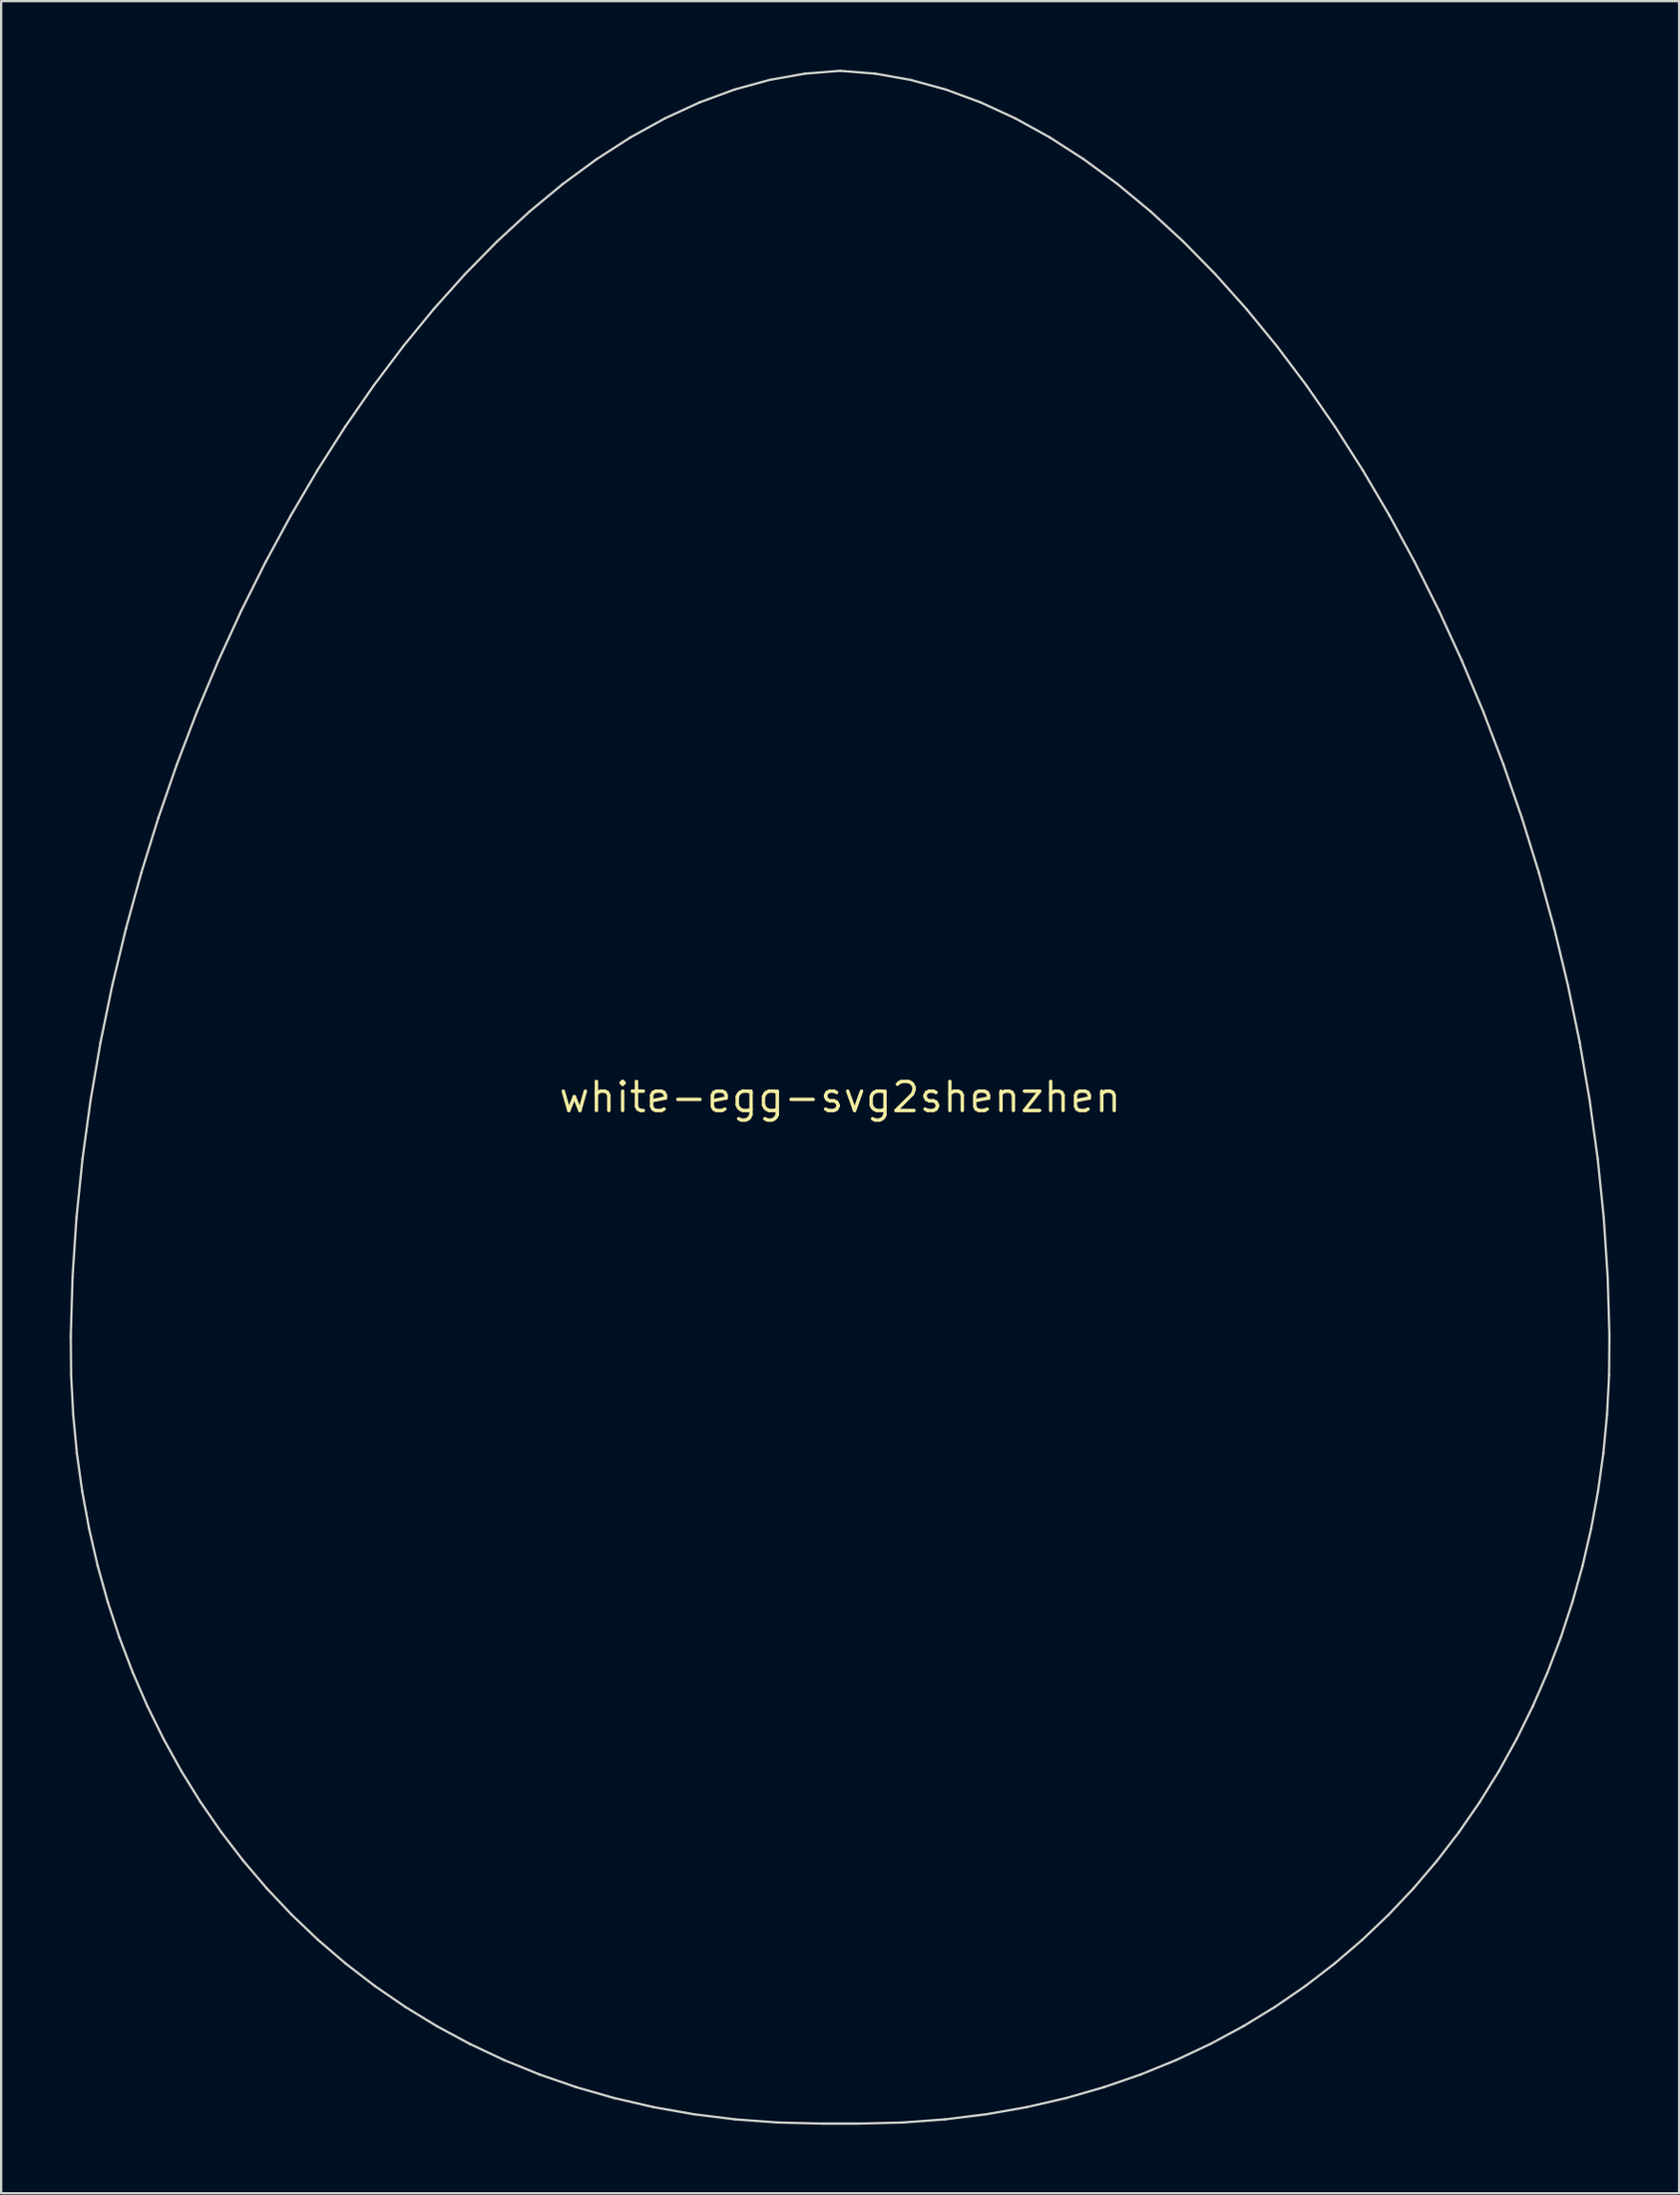
<source format=kicad_pcb>
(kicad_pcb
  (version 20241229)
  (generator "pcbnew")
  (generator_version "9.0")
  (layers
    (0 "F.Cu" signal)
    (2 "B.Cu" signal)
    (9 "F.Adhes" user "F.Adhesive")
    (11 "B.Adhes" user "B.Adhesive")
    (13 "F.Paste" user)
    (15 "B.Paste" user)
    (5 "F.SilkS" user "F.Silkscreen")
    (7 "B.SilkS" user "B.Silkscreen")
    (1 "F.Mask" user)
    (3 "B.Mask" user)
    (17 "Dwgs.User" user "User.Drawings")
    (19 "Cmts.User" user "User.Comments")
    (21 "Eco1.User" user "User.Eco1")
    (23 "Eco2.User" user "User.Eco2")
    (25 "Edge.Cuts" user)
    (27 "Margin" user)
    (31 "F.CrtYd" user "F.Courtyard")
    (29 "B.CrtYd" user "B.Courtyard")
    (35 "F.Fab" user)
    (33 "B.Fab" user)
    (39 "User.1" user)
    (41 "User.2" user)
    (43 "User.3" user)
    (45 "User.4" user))
  (footprint "white-egg-svg2shenzhen"
    (layer "F.Cu")
    (at 33.747 45)
    (property "Reference" "white-egg-svg2shenzhen" (at 0 0 0) (layer "F.SilkS") (effects (font (size 1.27 1.27) (thickness 0.15))))
    (attr through_hole)
    (fp_line (start -33.697 10.457) (end -33.681 12.185) (stroke (width 0.1) (type solid)) (layer "Edge.Cuts"))
    (fp_line (start -33.681 12.185) (end -33.591 13.896) (stroke (width 0.1) (type solid)) (layer "Edge.Cuts"))
    (fp_line (start -33.619 7.86) (end -33.697 10.457) (stroke (width 0.1) (type solid)) (layer "Edge.Cuts"))
    (fp_line (start -33.591 13.896) (end -33.43 15.588) (stroke (width 0.1) (type solid)) (layer "Edge.Cuts"))
    (fp_line (start -33.447 5.271) (end -33.619 7.86) (stroke (width 0.1) (type solid)) (layer "Edge.Cuts"))
    (fp_line (start -33.43 15.588) (end -33.197 17.257) (stroke (width 0.1) (type solid)) (layer "Edge.Cuts"))
    (fp_line (start -33.197 17.257) (end -32.893 18.901) (stroke (width 0.1) (type solid)) (layer "Edge.Cuts"))
    (fp_line (start -33.183 2.695) (end -33.447 5.271) (stroke (width 0.1) (type solid)) (layer "Edge.Cuts"))
    (fp_line (start -32.893 18.901) (end -32.52 20.518) (stroke (width 0.1) (type solid)) (layer "Edge.Cuts"))
    (fp_line (start -32.831 0.136) (end -33.183 2.695) (stroke (width 0.1) (type solid)) (layer "Edge.Cuts"))
    (fp_line (start -32.52 20.518) (end -32.077 22.105) (stroke (width 0.1) (type solid)) (layer "Edge.Cuts"))
    (fp_line (start -32.395 -2.401) (end -32.831 0.136) (stroke (width 0.1) (type solid)) (layer "Edge.Cuts"))
    (fp_line (start -32.077 22.105) (end -31.566 23.66) (stroke (width 0.1) (type solid)) (layer "Edge.Cuts"))
    (fp_line (start -31.877 -4.91) (end -32.395 -2.401) (stroke (width 0.1) (type solid)) (layer "Edge.Cuts"))
    (fp_line (start -31.566 23.66) (end -30.988 25.181) (stroke (width 0.1) (type solid)) (layer "Edge.Cuts"))
    (fp_line (start -31.28 -7.388) (end -31.877 -4.91) (stroke (width 0.1) (type solid)) (layer "Edge.Cuts"))
    (fp_line (start -30.988 25.181) (end -30.343 26.664) (stroke (width 0.1) (type solid)) (layer "Edge.Cuts"))
    (fp_line (start -30.608 -9.829) (end -31.28 -7.388) (stroke (width 0.1) (type solid)) (layer "Edge.Cuts"))
    (fp_line (start -30.343 26.664) (end -29.631 28.108) (stroke (width 0.1) (type solid)) (layer "Edge.Cuts"))
    (fp_line (start -29.863 -12.228) (end -30.608 -9.829) (stroke (width 0.1) (type solid)) (layer "Edge.Cuts"))
    (fp_line (start -29.631 28.108) (end -28.855 29.51) (stroke (width 0.1) (type solid)) (layer "Edge.Cuts"))
    (fp_line (start -29.049 -14.582) (end -29.863 -12.228) (stroke (width 0.1) (type solid)) (layer "Edge.Cuts"))
    (fp_line (start -28.855 29.51) (end -28.013 30.868) (stroke (width 0.1) (type solid)) (layer "Edge.Cuts"))
    (fp_line (start -28.169 -16.884) (end -29.049 -14.582) (stroke (width 0.1) (type solid)) (layer "Edge.Cuts"))
    (fp_line (start -28.013 30.868) (end -27.109 32.178) (stroke (width 0.1) (type solid)) (layer "Edge.Cuts"))
    (fp_line (start -27.227 -19.13) (end -28.169 -16.884) (stroke (width 0.1) (type solid)) (layer "Edge.Cuts"))
    (fp_line (start -27.109 32.178) (end -26.141 33.44) (stroke (width 0.1) (type solid)) (layer "Edge.Cuts"))
    (fp_line (start -26.224 -21.316) (end -27.227 -19.13) (stroke (width 0.1) (type solid)) (layer "Edge.Cuts"))
    (fp_line (start -26.141 33.44) (end -25.111 34.649) (stroke (width 0.1) (type solid)) (layer "Edge.Cuts"))
    (fp_line (start -25.165 -23.437) (end -26.224 -21.316) (stroke (width 0.1) (type solid)) (layer "Edge.Cuts"))
    (fp_line (start -25.111 34.649) (end -24.019 35.804) (stroke (width 0.1) (type solid)) (layer "Edge.Cuts"))
    (fp_line (start -24.053 -25.487) (end -25.165 -23.437) (stroke (width 0.1) (type solid)) (layer "Edge.Cuts"))
    (fp_line (start -24.019 35.804) (end -22.867 36.903) (stroke (width 0.1) (type solid)) (layer "Edge.Cuts"))
    (fp_line (start -22.89 -27.462) (end -24.053 -25.487) (stroke (width 0.1) (type solid)) (layer "Edge.Cuts"))
    (fp_line (start -22.867 36.903) (end -21.655 37.942) (stroke (width 0.1) (type solid)) (layer "Edge.Cuts"))
    (fp_line (start -21.68 -29.358) (end -22.89 -27.462) (stroke (width 0.1) (type solid)) (layer "Edge.Cuts"))
    (fp_line (start -21.655 37.942) (end -20.384 38.92) (stroke (width 0.1) (type solid)) (layer "Edge.Cuts"))
    (fp_line (start -20.426 -31.169) (end -21.68 -29.358) (stroke (width 0.1) (type solid)) (layer "Edge.Cuts"))
    (fp_line (start -20.384 38.92) (end -19.054 39.833) (stroke (width 0.1) (type solid)) (layer "Edge.Cuts"))
    (fp_line (start -19.131 -32.89) (end -20.426 -31.169) (stroke (width 0.1) (type solid)) (layer "Edge.Cuts"))
    (fp_line (start -19.054 39.833) (end -17.667 40.68) (stroke (width 0.1) (type solid)) (layer "Edge.Cuts"))
    (fp_line (start -17.798 -34.517) (end -19.131 -32.89) (stroke (width 0.1) (type solid)) (layer "Edge.Cuts"))
    (fp_line (start -17.667 40.68) (end -16.223 41.458) (stroke (width 0.1) (type solid)) (layer "Edge.Cuts"))
    (fp_line (start -16.43 -36.045) (end -17.798 -34.517) (stroke (width 0.1) (type solid)) (layer "Edge.Cuts"))
    (fp_line (start -16.223 41.458) (end -14.723 42.165) (stroke (width 0.1) (type solid)) (layer "Edge.Cuts"))
    (fp_line (start -15.031 -37.47) (end -16.43 -36.045) (stroke (width 0.1) (type solid)) (layer "Edge.Cuts"))
    (fp_line (start -14.723 42.165) (end -13.168 42.797) (stroke (width 0.1) (type solid)) (layer "Edge.Cuts"))
    (fp_line (start -13.604 -38.786) (end -15.031 -37.47) (stroke (width 0.1) (type solid)) (layer "Edge.Cuts"))
    (fp_line (start -13.168 42.797) (end -11.558 43.354) (stroke (width 0.1) (type solid)) (layer "Edge.Cuts"))
    (fp_line (start -12.152 -39.988) (end -13.604 -38.786) (stroke (width 0.1) (type solid)) (layer "Edge.Cuts"))
    (fp_line (start -11.558 43.354) (end -9.895 43.831) (stroke (width 0.1) (type solid)) (layer "Edge.Cuts"))
    (fp_line (start -10.677 -41.072) (end -12.152 -39.988) (stroke (width 0.1) (type solid)) (layer "Edge.Cuts"))
    (fp_line (start -9.895 43.831) (end -8.178 44.227) (stroke (width 0.1) (type solid)) (layer "Edge.Cuts"))
    (fp_line (start -9.183 -42.034) (end -10.677 -41.072) (stroke (width 0.1) (type solid)) (layer "Edge.Cuts"))
    (fp_line (start -8.178 44.227) (end -6.409 44.54) (stroke (width 0.1) (type solid)) (layer "Edge.Cuts"))
    (fp_line (start -7.674 -42.867) (end -9.183 -42.034) (stroke (width 0.1) (type solid)) (layer "Edge.Cuts"))
    (fp_line (start -6.409 44.54) (end -4.589 44.766) (stroke (width 0.1) (type solid)) (layer "Edge.Cuts"))
    (fp_line (start -6.152 -43.568) (end -7.674 -42.867) (stroke (width 0.1) (type solid)) (layer "Edge.Cuts"))
    (fp_line (start -4.62 -44.132) (end -6.152 -43.568) (stroke (width 0.1) (type solid)) (layer "Edge.Cuts"))
    (fp_line (start -4.589 44.766) (end -2.718 44.903) (stroke (width 0.1) (type solid)) (layer "Edge.Cuts"))
    (fp_line (start -3.082 -44.553) (end -4.62 -44.132) (stroke (width 0.1) (type solid)) (layer "Edge.Cuts"))
    (fp_line (start -2.718 44.903) (end -0.798 44.95) (stroke (width 0.1) (type solid)) (layer "Edge.Cuts"))
    (fp_line (start -1.541 -44.827) (end -3.082 -44.553) (stroke (width 0.1) (type solid)) (layer "Edge.Cuts"))
    (fp_line (start -0.798 44.95) (end -0.748 44.95) (stroke (width 0.1) (type solid)) (layer "Edge.Cuts"))
    (fp_line (start -0.748 44.95) (end -0.698 44.95) (stroke (width 0.1) (type solid)) (layer "Edge.Cuts"))
    (fp_line (start -0.698 44.95) (end -0.648 44.95) (stroke (width 0.1) (type solid)) (layer "Edge.Cuts"))
    (fp_line (start -0.648 44.95) (end -0.598 44.95) (stroke (width 0.1) (type solid)) (layer "Edge.Cuts"))
    (fp_line (start -0.598 44.95) (end -0.548 44.95) (stroke (width 0.1) (type solid)) (layer "Edge.Cuts"))
    (fp_line (start -0.548 44.95) (end -0.498 44.95) (stroke (width 0.1) (type solid)) (layer "Edge.Cuts"))
    (fp_line (start -0.498 44.95) (end -0.449 44.95) (stroke (width 0.1) (type solid)) (layer "Edge.Cuts"))
    (fp_line (start -0.449 44.95) (end -0.399 44.95) (stroke (width 0.1) (type solid)) (layer "Edge.Cuts"))
    (fp_line (start -0.399 44.95) (end -0.349 44.95) (stroke (width 0.1) (type solid)) (layer "Edge.Cuts"))
    (fp_line (start -0.349 44.95) (end -0.299 44.95) (stroke (width 0.1) (type solid)) (layer "Edge.Cuts"))
    (fp_line (start -0.299 44.95) (end -0.249 44.95) (stroke (width 0.1) (type solid)) (layer "Edge.Cuts"))
    (fp_line (start -0.249 44.95) (end -0.199 44.95) (stroke (width 0.1) (type solid)) (layer "Edge.Cuts"))
    (fp_line (start -0.199 44.95) (end -0.149 44.95) (stroke (width 0.1) (type solid)) (layer "Edge.Cuts"))
    (fp_line (start -0.149 44.95) (end -0.1 44.95) (stroke (width 0.1) (type solid)) (layer "Edge.Cuts"))
    (fp_line (start -0.1 44.95) (end -0.05 44.95) (stroke (width 0.1) (type solid)) (layer "Edge.Cuts"))
    (fp_line (start -0.05 44.95) (end 0.000055 44.95) (stroke (width 0.1) (type solid)) (layer "Edge.Cuts"))
    (fp_line (start 0.000055 44.95) (end 0.05 44.95) (stroke (width 0.1) (type solid)) (layer "Edge.Cuts"))
    (fp_line (start 0.000065 -44.95) (end -1.541 -44.827) (stroke (width 0.1) (type solid)) (layer "Edge.Cuts"))
    (fp_line (start 0.05 44.95) (end 0.1 44.95) (stroke (width 0.1) (type solid)) (layer "Edge.Cuts"))
    (fp_line (start 0.1 44.95) (end 0.15 44.95) (stroke (width 0.1) (type solid)) (layer "Edge.Cuts"))
    (fp_line (start 0.15 44.95) (end 0.199 44.95) (stroke (width 0.1) (type solid)) (layer "Edge.Cuts"))
    (fp_line (start 0.199 44.95) (end 0.249 44.95) (stroke (width 0.1) (type solid)) (layer "Edge.Cuts"))
    (fp_line (start 0.249 44.95) (end 0.299 44.95) (stroke (width 0.1) (type solid)) (layer "Edge.Cuts"))
    (fp_line (start 0.299 44.95) (end 0.349 44.95) (stroke (width 0.1) (type solid)) (layer "Edge.Cuts"))
    (fp_line (start 0.349 44.95) (end 0.399 44.95) (stroke (width 0.1) (type solid)) (layer "Edge.Cuts"))
    (fp_line (start 0.399 44.95) (end 0.449 44.95) (stroke (width 0.1) (type solid)) (layer "Edge.Cuts"))
    (fp_line (start 0.449 44.95) (end 0.499 44.95) (stroke (width 0.1) (type solid)) (layer "Edge.Cuts"))
    (fp_line (start 0.499 44.95) (end 0.548 44.95) (stroke (width 0.1) (type solid)) (layer "Edge.Cuts"))
    (fp_line (start 0.548 44.95) (end 0.598 44.95) (stroke (width 0.1) (type solid)) (layer "Edge.Cuts"))
    (fp_line (start 0.598 44.95) (end 0.648 44.95) (stroke (width 0.1) (type solid)) (layer "Edge.Cuts"))
    (fp_line (start 0.648 44.95) (end 0.698 44.95) (stroke (width 0.1) (type solid)) (layer "Edge.Cuts"))
    (fp_line (start 0.698 44.95) (end 0.748 44.95) (stroke (width 0.1) (type solid)) (layer "Edge.Cuts"))
    (fp_line (start 0.748 44.95) (end 0.798 44.95) (stroke (width 0.1) (type solid)) (layer "Edge.Cuts"))
    (fp_line (start 0.798 44.95) (end 2.718 44.904) (stroke (width 0.1) (type solid)) (layer "Edge.Cuts"))
    (fp_line (start 1.541 -44.827) (end 0.000065 -44.95) (stroke (width 0.1) (type solid)) (layer "Edge.Cuts"))
    (fp_line (start 2.718 44.904) (end 4.589 44.766) (stroke (width 0.1) (type solid)) (layer "Edge.Cuts"))
    (fp_line (start 3.083 -44.553) (end 1.541 -44.827) (stroke (width 0.1) (type solid)) (layer "Edge.Cuts"))
    (fp_line (start 4.589 44.766) (end 6.409 44.54) (stroke (width 0.1) (type solid)) (layer "Edge.Cuts"))
    (fp_line (start 4.621 -44.132) (end 3.083 -44.553) (stroke (width 0.1) (type solid)) (layer "Edge.Cuts"))
    (fp_line (start 6.152 -43.568) (end 4.621 -44.132) (stroke (width 0.1) (type solid)) (layer "Edge.Cuts"))
    (fp_line (start 6.409 44.54) (end 8.178 44.228) (stroke (width 0.1) (type solid)) (layer "Edge.Cuts"))
    (fp_line (start 7.674 -42.867) (end 6.152 -43.568) (stroke (width 0.1) (type solid)) (layer "Edge.Cuts"))
    (fp_line (start 8.178 44.228) (end 9.895 43.832) (stroke (width 0.1) (type solid)) (layer "Edge.Cuts"))
    (fp_line (start 9.183 -42.034) (end 7.674 -42.867) (stroke (width 0.1) (type solid)) (layer "Edge.Cuts"))
    (fp_line (start 9.895 43.832) (end 11.558 43.354) (stroke (width 0.1) (type solid)) (layer "Edge.Cuts"))
    (fp_line (start 10.677 -41.072) (end 9.183 -42.034) (stroke (width 0.1) (type solid)) (layer "Edge.Cuts"))
    (fp_line (start 11.558 43.354) (end 13.168 42.798) (stroke (width 0.1) (type solid)) (layer "Edge.Cuts"))
    (fp_line (start 12.152 -39.988) (end 10.677 -41.072) (stroke (width 0.1) (type solid)) (layer "Edge.Cuts"))
    (fp_line (start 13.168 42.798) (end 14.723 42.165) (stroke (width 0.1) (type solid)) (layer "Edge.Cuts"))
    (fp_line (start 13.604 -38.786) (end 12.152 -39.988) (stroke (width 0.1) (type solid)) (layer "Edge.Cuts"))
    (fp_line (start 14.723 42.165) (end 16.223 41.459) (stroke (width 0.1) (type solid)) (layer "Edge.Cuts"))
    (fp_line (start 15.032 -37.47) (end 13.604 -38.786) (stroke (width 0.1) (type solid)) (layer "Edge.Cuts"))
    (fp_line (start 16.223 41.459) (end 17.667 40.681) (stroke (width 0.1) (type solid)) (layer "Edge.Cuts"))
    (fp_line (start 16.431 -36.045) (end 15.032 -37.47) (stroke (width 0.1) (type solid)) (layer "Edge.Cuts"))
    (fp_line (start 17.667 40.681) (end 19.054 39.834) (stroke (width 0.1) (type solid)) (layer "Edge.Cuts"))
    (fp_line (start 17.798 -34.517) (end 16.431 -36.045) (stroke (width 0.1) (type solid)) (layer "Edge.Cuts"))
    (fp_line (start 19.054 39.834) (end 20.384 38.92) (stroke (width 0.1) (type solid)) (layer "Edge.Cuts"))
    (fp_line (start 19.131 -32.89) (end 17.798 -34.517) (stroke (width 0.1) (type solid)) (layer "Edge.Cuts"))
    (fp_line (start 20.384 38.92) (end 21.655 37.942) (stroke (width 0.1) (type solid)) (layer "Edge.Cuts"))
    (fp_line (start 20.426 -31.169) (end 19.131 -32.89) (stroke (width 0.1) (type solid)) (layer "Edge.Cuts"))
    (fp_line (start 21.655 37.942) (end 22.867 36.903) (stroke (width 0.1) (type solid)) (layer "Edge.Cuts"))
    (fp_line (start 21.68 -29.358) (end 20.426 -31.169) (stroke (width 0.1) (type solid)) (layer "Edge.Cuts"))
    (fp_line (start 22.867 36.903) (end 24.019 35.804) (stroke (width 0.1) (type solid)) (layer "Edge.Cuts"))
    (fp_line (start 22.89 -27.462) (end 21.68 -29.358) (stroke (width 0.1) (type solid)) (layer "Edge.Cuts"))
    (fp_line (start 24.019 35.804) (end 25.111 34.649) (stroke (width 0.1) (type solid)) (layer "Edge.Cuts"))
    (fp_line (start 24.053 -25.487) (end 22.89 -27.462) (stroke (width 0.1) (type solid)) (layer "Edge.Cuts"))
    (fp_line (start 25.111 34.649) (end 26.141 33.44) (stroke (width 0.1) (type solid)) (layer "Edge.Cuts"))
    (fp_line (start 25.165 -23.437) (end 24.053 -25.487) (stroke (width 0.1) (type solid)) (layer "Edge.Cuts"))
    (fp_line (start 26.141 33.44) (end 27.109 32.179) (stroke (width 0.1) (type solid)) (layer "Edge.Cuts"))
    (fp_line (start 26.224 -21.316) (end 25.165 -23.437) (stroke (width 0.1) (type solid)) (layer "Edge.Cuts"))
    (fp_line (start 27.109 32.179) (end 28.014 30.868) (stroke (width 0.1) (type solid)) (layer "Edge.Cuts"))
    (fp_line (start 27.227 -19.13) (end 26.224 -21.316) (stroke (width 0.1) (type solid)) (layer "Edge.Cuts"))
    (fp_line (start 28.014 30.868) (end 28.855 29.51) (stroke (width 0.1) (type solid)) (layer "Edge.Cuts"))
    (fp_line (start 28.17 -16.884) (end 27.227 -19.13) (stroke (width 0.1) (type solid)) (layer "Edge.Cuts"))
    (fp_line (start 28.855 29.51) (end 29.631 28.108) (stroke (width 0.1) (type solid)) (layer "Edge.Cuts"))
    (fp_line (start 29.049 -14.582) (end 28.17 -16.884) (stroke (width 0.1) (type solid)) (layer "Edge.Cuts"))
    (fp_line (start 29.631 28.108) (end 30.343 26.664) (stroke (width 0.1) (type solid)) (layer "Edge.Cuts"))
    (fp_line (start 29.863 -12.228) (end 29.049 -14.582) (stroke (width 0.1) (type solid)) (layer "Edge.Cuts"))
    (fp_line (start 30.343 26.664) (end 30.988 25.181) (stroke (width 0.1) (type solid)) (layer "Edge.Cuts"))
    (fp_line (start 30.608 -9.829) (end 29.863 -12.228) (stroke (width 0.1) (type solid)) (layer "Edge.Cuts"))
    (fp_line (start 30.988 25.181) (end 31.567 23.66) (stroke (width 0.1) (type solid)) (layer "Edge.Cuts"))
    (fp_line (start 31.28 -7.388) (end 30.608 -9.829) (stroke (width 0.1) (type solid)) (layer "Edge.Cuts"))
    (fp_line (start 31.567 23.66) (end 32.077 22.105) (stroke (width 0.1) (type solid)) (layer "Edge.Cuts"))
    (fp_line (start 31.877 -4.91) (end 31.28 -7.388) (stroke (width 0.1) (type solid)) (layer "Edge.Cuts"))
    (fp_line (start 32.077 22.105) (end 32.52 20.518) (stroke (width 0.1) (type solid)) (layer "Edge.Cuts"))
    (fp_line (start 32.395 -2.4) (end 31.877 -4.91) (stroke (width 0.1) (type solid)) (layer "Edge.Cuts"))
    (fp_line (start 32.52 20.518) (end 32.894 18.901) (stroke (width 0.1) (type solid)) (layer "Edge.Cuts"))
    (fp_line (start 32.831 0.136) (end 32.395 -2.4) (stroke (width 0.1) (type solid)) (layer "Edge.Cuts"))
    (fp_line (start 32.894 18.901) (end 33.197 17.257) (stroke (width 0.1) (type solid)) (layer "Edge.Cuts"))
    (fp_line (start 33.183 2.695) (end 32.831 0.136) (stroke (width 0.1) (type solid)) (layer "Edge.Cuts"))
    (fp_line (start 33.197 17.257) (end 33.43 15.588) (stroke (width 0.1) (type solid)) (layer "Edge.Cuts"))
    (fp_line (start 33.43 15.588) (end 33.592 13.896) (stroke (width 0.1) (type solid)) (layer "Edge.Cuts"))
    (fp_line (start 33.447 5.271) (end 33.183 2.695) (stroke (width 0.1) (type solid)) (layer "Edge.Cuts"))
    (fp_line (start 33.592 13.896) (end 33.681 12.185) (stroke (width 0.1) (type solid)) (layer "Edge.Cuts"))
    (fp_line (start 33.619 7.86) (end 33.447 5.271) (stroke (width 0.1) (type solid)) (layer "Edge.Cuts"))
    (fp_line (start 33.681 12.185) (end 33.697 10.457) (stroke (width 0.1) (type solid)) (layer "Edge.Cuts"))
    (fp_line (start 33.697 10.457) (end 33.619 7.86) (stroke (width 0.1) (type solid)) (layer "Edge.Cuts")))
  (gr_rect
    (start -3 -3)
    (end 70.494 93)
    (stroke (width 0.1) (type default))
    (fill no)
    (layer "Edge.Cuts")))
</source>
